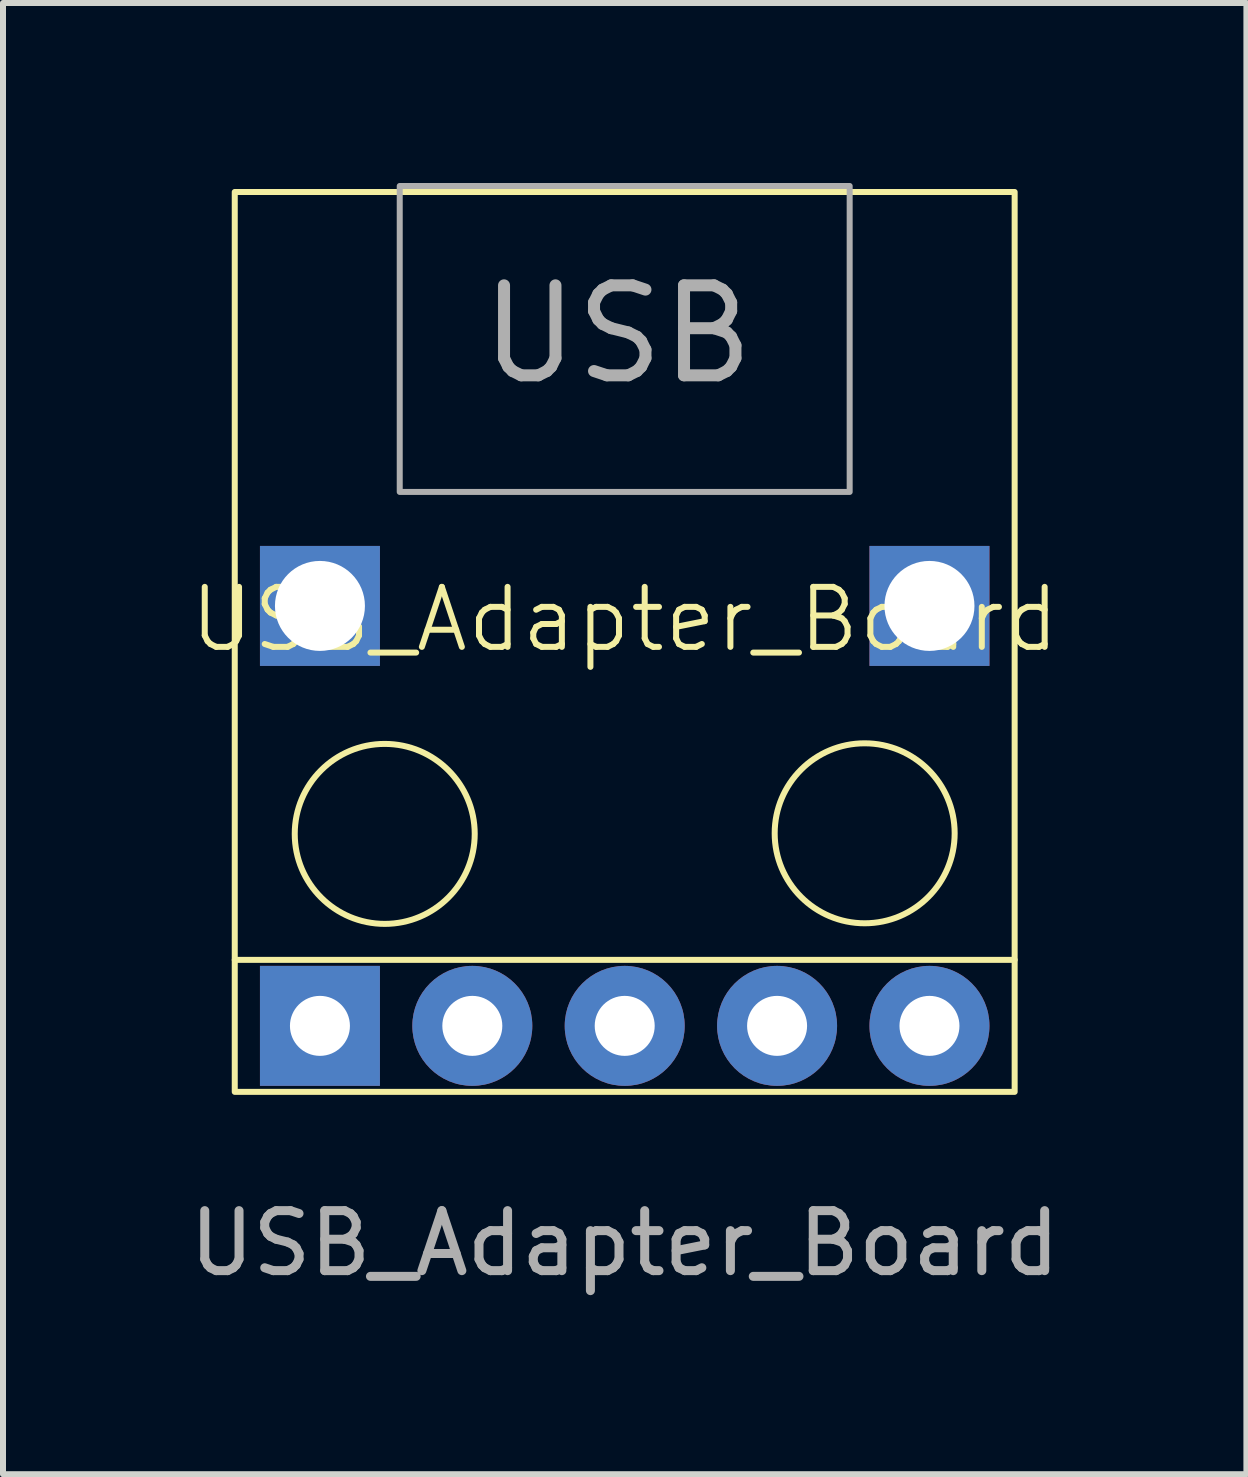
<source format=kicad_pcb>
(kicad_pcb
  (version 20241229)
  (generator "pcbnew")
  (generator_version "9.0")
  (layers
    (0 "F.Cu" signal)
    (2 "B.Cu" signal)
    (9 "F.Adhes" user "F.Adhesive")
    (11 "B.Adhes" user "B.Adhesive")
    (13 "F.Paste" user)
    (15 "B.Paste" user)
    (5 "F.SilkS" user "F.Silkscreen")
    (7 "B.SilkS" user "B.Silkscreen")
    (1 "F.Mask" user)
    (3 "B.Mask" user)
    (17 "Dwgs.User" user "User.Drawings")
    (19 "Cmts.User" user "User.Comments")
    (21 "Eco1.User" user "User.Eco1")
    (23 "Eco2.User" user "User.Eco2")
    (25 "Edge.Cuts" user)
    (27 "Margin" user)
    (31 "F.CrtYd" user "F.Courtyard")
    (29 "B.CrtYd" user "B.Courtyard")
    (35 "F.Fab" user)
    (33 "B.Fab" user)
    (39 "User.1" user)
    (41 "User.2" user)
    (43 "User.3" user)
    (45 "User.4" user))
  (footprint "USB_Adapter_Board"
    (layer "F.Cu")
    (at 7.363 7.775)
    (property "Reference" "USB_Adapter_Board" (at 0 -0.5 0) (unlocked yes) (layer "F.SilkS") (effects (font (size 1 1) (thickness 0.1))))
    (attr smd)
    (fp_line (start 6.5 5.175) (end -6.5 5.175) (stroke (width 0.1) (type default)) (layer "F.SilkS"))
    (fp_rect (start -6.5 -7.625) (end 6.5 7.375) (stroke (width 0.1) (type solid)) (fill no) (layer "F.SilkS"))
    (fp_circle (center -4 3.075) (end -2.5 3.075) (stroke (width 0.1) (type default)) (fill no) (layer "F.SilkS"))
    (fp_circle (center 4 3.065) (end 5.5 3.065) (stroke (width 0.1) (type default)) (fill no) (layer "F.SilkS"))
    (fp_rect (start -6.75 -7.625) (end 6.75 7.625) (stroke (width 0.1) (type default)) (fill no) (layer "Margin"))
    (fp_rect (start -3.75 -7.725) (end 3.75 -2.625) (stroke (width 0.1) (type solid)) (fill no) (layer "F.Fab"))
    (fp_text user "${REFERENCE}" (at 0 9.9 0) (unlocked yes) (layer "F.Fab") (effects (font (size 1 1) (thickness 0.15))))
    (fp_text user "USB" (at -2.5 -4.375 0) (unlocked yes) (layer "F.Fab") (effects (font (size 1.5 1.5) (thickness 0.2)) (justify left bottom)))
    (pad "1" thru_hole rect (at -5.08 -0.725 90) (size 2 2) (drill 1.5) (layers "*.Cu" "*.Mask"))
    (pad "1" thru_hole rect (at -5.08 6.275 90) (size 2 2) (drill 1) (layers "*.Cu" "*.Mask"))
    (pad "1" thru_hole rect (at 5.08 -0.725 90) (size 2 2) (drill 1.5) (layers "*.Cu" "*.Mask"))
    (pad "2" thru_hole circle (at -2.54 6.275 90) (size 2 2) (drill 1) (layers "*.Cu" "*.Mask"))
    (pad "3" thru_hole circle (at 0 6.275 90) (size 2 2) (drill 1) (layers "*.Cu" "*.Mask"))
    (pad "4" thru_hole circle (at 2.54 6.275 90) (size 2 2) (drill 1) (layers "*.Cu" "*.Mask"))
    (pad "5" thru_hole circle (at 5.08 6.275 90) (size 2 2) (drill 1) (layers "*.Cu" "*.Mask")))
  (gr_rect
    (start -3 -3)
    (end 17.726 21.523)
    (stroke (width 0.1) (type default))
    (fill no)
    (layer "Edge.Cuts")))
</source>
